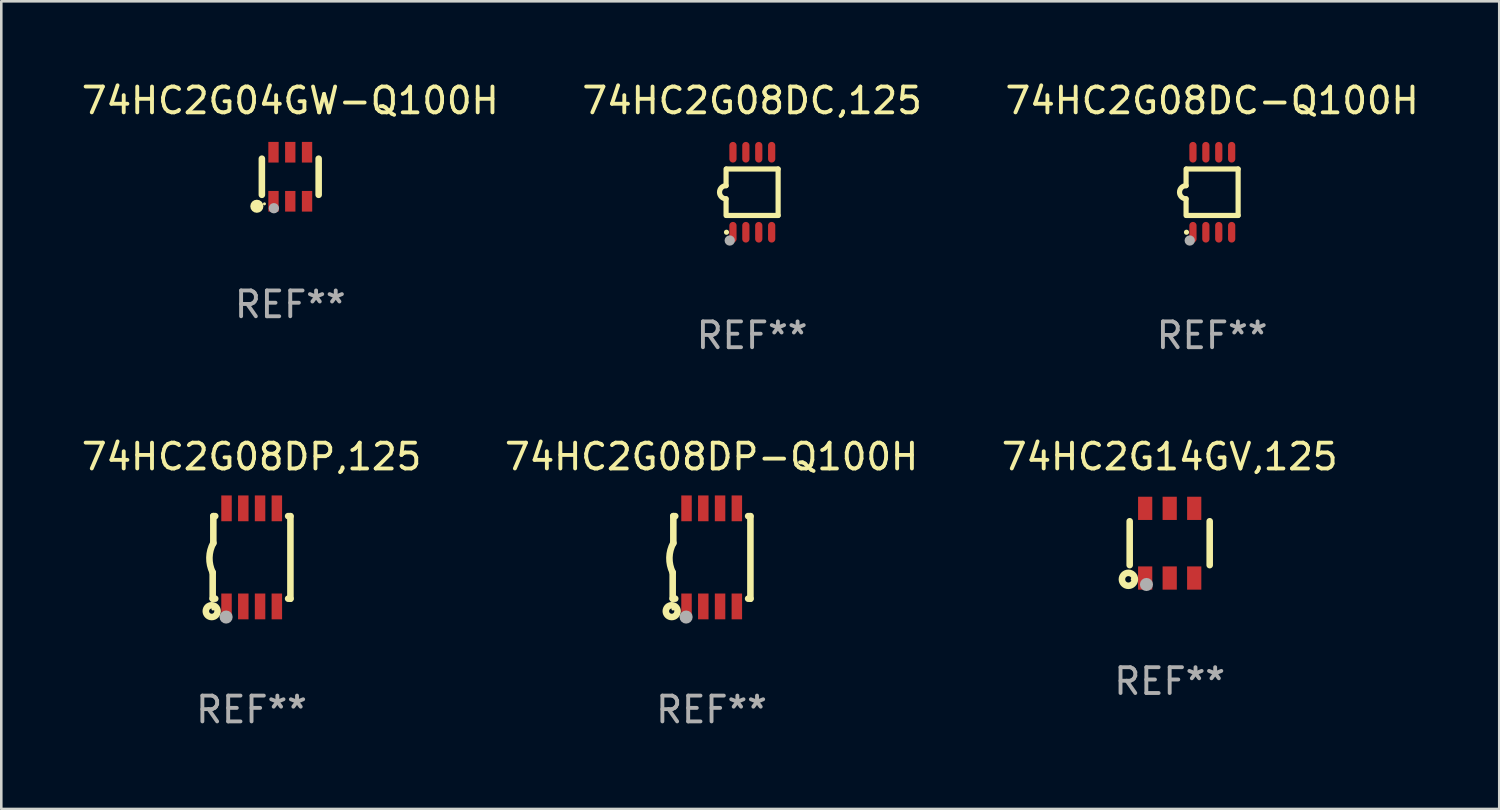
<source format=kicad_pcb>
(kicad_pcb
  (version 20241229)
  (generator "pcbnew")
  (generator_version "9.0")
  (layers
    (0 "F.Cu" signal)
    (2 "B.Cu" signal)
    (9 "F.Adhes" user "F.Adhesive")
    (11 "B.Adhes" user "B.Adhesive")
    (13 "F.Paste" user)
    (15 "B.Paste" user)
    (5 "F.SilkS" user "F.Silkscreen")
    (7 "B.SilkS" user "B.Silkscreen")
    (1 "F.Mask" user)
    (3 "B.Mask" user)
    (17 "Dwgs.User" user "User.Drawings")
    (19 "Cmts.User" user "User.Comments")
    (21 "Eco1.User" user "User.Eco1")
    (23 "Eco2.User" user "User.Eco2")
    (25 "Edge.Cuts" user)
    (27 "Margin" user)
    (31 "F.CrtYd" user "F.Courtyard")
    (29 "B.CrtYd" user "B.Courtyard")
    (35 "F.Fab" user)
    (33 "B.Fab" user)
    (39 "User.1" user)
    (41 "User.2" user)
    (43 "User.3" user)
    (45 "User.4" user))
  (footprint "74HC2G04GW-Q100H"
    (layer "F.Cu")
    (at 8.196 3.798)
    (property "Reference" "74HC2G04GW-Q100H" (at 0 -2.95 0) (layer "F.SilkS") (effects (font (size 1 1) (thickness 0.15))))
    (attr through_hole)
    (fp_line (start -1.1 -0.7) (end -1.1 0.7) (stroke (width 0.254) (type solid)) (layer "F.SilkS"))
    (fp_line (start 1.1 -0.7) (end 1.1 0.7) (stroke (width 0.254) (type solid)) (layer "F.SilkS"))
    (fp_circle (center -1.295 1.143) (end -1.168 1.143) (stroke (width 0.254) (type solid)) (fill no) (layer "F.SilkS"))
    (fp_circle (center -1 1.05) (end -0.97 1.05) (stroke (width 0.06) (type solid)) (fill no) (layer "F.SilkS"))
    (fp_circle (center -0.635 1.219) (end -0.535 1.219) (stroke (width 0.2) (type solid)) (fill no) (layer "F.Fab"))
    (fp_text user "REF**" (at 0 4.95 0) (layer "F.Fab") (effects (font (size 1 1) (thickness 0.15))))
    (pad "1" smd rect (at -0.65 0.95) (size 0.4 0.8) (layers "F.Cu" "F.Mask" "F.Paste"))
    (pad "2" smd rect (at 0 0.95) (size 0.4 0.8) (layers "F.Cu" "F.Mask" "F.Paste"))
    (pad "3" smd rect (at 0.65 0.95) (size 0.4 0.8) (layers "F.Cu" "F.Mask" "F.Paste"))
    (pad "4" smd rect (at 0.65 -0.95) (size 0.4 0.8) (layers "F.Cu" "F.Mask" "F.Paste"))
    (pad "5" smd rect (at 0 -0.95) (size 0.4 0.8) (layers "F.Cu" "F.Mask" "F.Paste"))
    (pad "6" smd rect (at -0.65 -0.95) (size 0.4 0.8) (layers "F.Cu" "F.Mask" "F.Paste")))
  (footprint "74HC2G08DC-Q100H"
    (layer "F.Cu")
    (at 43.911 4.398)
    (property "Reference" "74HC2G08DC-Q100H" (at 0 -3.55 0) (layer "F.SilkS") (effects (font (size 1 1) (thickness 0.15))))
    (attr through_hole)
    (fp_line (start -1.008 -0.254) (end -1.008 -0.9) (stroke (width 0.2) (type solid)) (layer "F.SilkS"))
    (fp_line (start -1.008 0.254) (end -1.008 0.9) (stroke (width 0.2) (type solid)) (layer "F.SilkS"))
    (fp_line (start -0.992 0.9) (end 1.008 0.9) (stroke (width 0.2) (type solid)) (layer "F.SilkS"))
    (fp_line (start 1.008 -0.9) (end -0.992 -0.9) (stroke (width 0.2) (type solid)) (layer "F.SilkS"))
    (fp_line (start 1.008 0.9) (end 1.008 -0.9) (stroke (width 0.2) (type solid)) (layer "F.SilkS"))
    (fp_arc (start -1.008001 0.254001) (mid -1.262002 0) (end -1.008001 -0.254001) (stroke (width 0.2) (type solid)) (layer "F.SilkS"))
    (fp_circle (center -0.992 1.55) (end -0.942 1.55) (stroke (width 0.1) (type solid)) (fill no) (layer "F.SilkS"))
    (fp_circle (center -0.866 1.87) (end -0.766 1.87) (stroke (width 0.2) (type solid)) (fill no) (layer "F.Fab"))
    (fp_text user "REF**" (at 0 5.55 0) (layer "F.Fab") (effects (font (size 1 1) (thickness 0.15))))
    (pad "1" smd oval (at -0.742 1.55 270) (size 0.8 0.28) (layers "F.Cu" "F.Mask" "F.Paste"))
    (pad "2" smd oval (at -0.242 1.55 270) (size 0.8 0.28) (layers "F.Cu" "F.Mask" "F.Paste"))
    (pad "3" smd oval (at 0.258 1.55 270) (size 0.8 0.28) (layers "F.Cu" "F.Mask" "F.Paste"))
    (pad "4" smd oval (at 0.758 1.55 270) (size 0.8 0.28) (layers "F.Cu" "F.Mask" "F.Paste"))
    (pad "5" smd oval (at 0.758 -1.55 270) (size 0.8 0.28) (layers "F.Cu" "F.Mask" "F.Paste"))
    (pad "6" smd oval (at 0.258 -1.55 270) (size 0.8 0.28) (layers "F.Cu" "F.Mask" "F.Paste"))
    (pad "7" smd oval (at -0.242 -1.55 270) (size 0.8 0.28) (layers "F.Cu" "F.Mask" "F.Paste"))
    (pad "8" smd oval (at -0.742 -1.55 270) (size 0.8 0.28) (layers "F.Cu" "F.Mask" "F.Paste")))
  (footprint "74HC2G08DC,125"
    (layer "F.Cu")
    (at 26.089 4.398)
    (property "Reference" "74HC2G08DC,125" (at 0 -3.55 0) (layer "F.SilkS") (effects (font (size 1 1) (thickness 0.15))))
    (attr through_hole)
    (fp_line (start -1.008 -0.254) (end -1.008 -0.9) (stroke (width 0.2) (type solid)) (layer "F.SilkS"))
    (fp_line (start -1.008 0.254) (end -1.008 0.9) (stroke (width 0.2) (type solid)) (layer "F.SilkS"))
    (fp_line (start -0.992 0.9) (end 1.008 0.9) (stroke (width 0.2) (type solid)) (layer "F.SilkS"))
    (fp_line (start 1.008 -0.9) (end -0.992 -0.9) (stroke (width 0.2) (type solid)) (layer "F.SilkS"))
    (fp_line (start 1.008 0.9) (end 1.008 -0.9) (stroke (width 0.2) (type solid)) (layer "F.SilkS"))
    (fp_arc (start -1.008001 0.254001) (mid -1.262002 0) (end -1.008001 -0.254001) (stroke (width 0.2) (type solid)) (layer "F.SilkS"))
    (fp_circle (center -0.992 1.55) (end -0.942 1.55) (stroke (width 0.1) (type solid)) (fill no) (layer "F.SilkS"))
    (fp_circle (center -0.866 1.87) (end -0.766 1.87) (stroke (width 0.2) (type solid)) (fill no) (layer "F.Fab"))
    (fp_text user "REF**" (at 0 5.55 0) (layer "F.Fab") (effects (font (size 1 1) (thickness 0.15))))
    (pad "1" smd oval (at -0.742 1.55 270) (size 0.8 0.28) (layers "F.Cu" "F.Mask" "F.Paste"))
    (pad "2" smd oval (at -0.242 1.55 270) (size 0.8 0.28) (layers "F.Cu" "F.Mask" "F.Paste"))
    (pad "3" smd oval (at 0.258 1.55 270) (size 0.8 0.28) (layers "F.Cu" "F.Mask" "F.Paste"))
    (pad "4" smd oval (at 0.758 1.55 270) (size 0.8 0.28) (layers "F.Cu" "F.Mask" "F.Paste"))
    (pad "5" smd oval (at 0.758 -1.55 270) (size 0.8 0.28) (layers "F.Cu" "F.Mask" "F.Paste"))
    (pad "6" smd oval (at 0.258 -1.55 270) (size 0.8 0.28) (layers "F.Cu" "F.Mask" "F.Paste"))
    (pad "7" smd oval (at -0.242 -1.55 270) (size 0.8 0.28) (layers "F.Cu" "F.Mask" "F.Paste"))
    (pad "8" smd oval (at -0.742 -1.55 270) (size 0.8 0.28) (layers "F.Cu" "F.Mask" "F.Paste")))
  (footprint "74HC2G08DP-Q100H"
    (layer "F.Cu")
    (at 24.518 18.545)
    (property "Reference" "74HC2G08DP-Q100H" (at 0 -3.9 0) (layer "F.SilkS") (effects (font (size 1 1) (thickness 0.15))))
    (attr through_hole)
    (fp_line (start -1.506 1.6) (end -1.506 0.584) (stroke (width 0.254) (type solid)) (layer "F.SilkS"))
    (fp_line (start -1.506 1.6) (end -1.407 1.6) (stroke (width 0.254) (type solid)) (layer "F.SilkS"))
    (fp_line (start -1.481 -1.599) (end -1.481 -0.549) (stroke (width 0.254) (type solid)) (layer "F.SilkS"))
    (fp_line (start -1.481 -1.599) (end -1.407 -1.599) (stroke (width 0.254) (type solid)) (layer "F.SilkS"))
    (fp_line (start 1.417 -1.599) (end 1.506 -1.599) (stroke (width 0.254) (type solid)) (layer "F.SilkS"))
    (fp_line (start 1.417 1.6) (end 1.506 1.6) (stroke (width 0.254) (type solid)) (layer "F.SilkS"))
    (fp_line (start 1.506 1.603) (end 1.506 -1.595) (stroke (width 0.254) (type solid)) (layer "F.SilkS"))
    (fp_arc (start -1.506223 0.584328) (mid -1.632455 0.00974) (end -1.480823 -0.558674) (stroke (width 0.254001) (type solid)) (layer "F.SilkS"))
    (fp_circle (center -1.544 2.083) (end -1.443 2.083) (stroke (width 0.254) (type solid)) (fill no) (layer "F.SilkS"))
    (fp_circle (center -1.495 2) (end -1.465 2) (stroke (width 0.06) (type solid)) (fill no) (layer "F.SilkS"))
    (fp_circle (center -0.986 2.312) (end -0.859 2.312) (stroke (width 0.254) (type solid)) (fill no) (layer "F.Fab"))
    (fp_text user "REF**" (at 0 5.9 0) (layer "F.Fab") (effects (font (size 1 1) (thickness 0.15))))
    (pad "1" smd rect (at -0.97 1.9 90) (size 1 0.406) (layers "F.Cu" "F.Mask" "F.Paste"))
    (pad "2" smd rect (at -0.32 1.9 90) (size 1 0.406) (layers "F.Cu" "F.Mask" "F.Paste"))
    (pad "3" smd rect (at 0.33 1.9 90) (size 1 0.406) (layers "F.Cu" "F.Mask" "F.Paste"))
    (pad "4" smd rect (at 0.98 1.9 90) (size 1 0.406) (layers "F.Cu" "F.Mask" "F.Paste"))
    (pad "5" smd rect (at 0.98 -1.9 90) (size 1 0.406) (layers "F.Cu" "F.Mask" "F.Paste"))
    (pad "6" smd rect (at 0.33 -1.9 90) (size 1 0.406) (layers "F.Cu" "F.Mask" "F.Paste"))
    (pad "7" smd rect (at -0.32 -1.9 90) (size 1 0.406) (layers "F.Cu" "F.Mask" "F.Paste"))
    (pad "8" smd rect (at -0.97 -1.9 90) (size 1 0.406) (layers "F.Cu" "F.Mask" "F.Paste")))
  (footprint "74HC2G14GV,125"
    (layer "F.Cu")
    (at 42.268 17.995)
    (property "Reference" "74HC2G14GV,125" (at 0 -3.35 0) (layer "F.SilkS") (effects (font (size 1 1) (thickness 0.15))))
    (attr through_hole)
    (fp_line (start -1.55 0.85) (end -1.55 -0.85) (stroke (width 0.254) (type solid)) (layer "F.SilkS"))
    (fp_line (start 1.55 -0.85) (end 1.55 0.85) (stroke (width 0.254) (type solid)) (layer "F.SilkS"))
    (fp_circle (center -1.6 1.4) (end -1.476 1.4) (stroke (width 0.254) (type solid)) (fill no) (layer "F.SilkS"))
    (fp_circle (center -1.45 1.4) (end -1.42 1.4) (stroke (width 0.06) (type solid)) (fill no) (layer "F.SilkS"))
    (fp_circle (center -0.9 1.6) (end -0.773 1.6) (stroke (width 0.254) (type solid)) (fill no) (layer "F.Fab"))
    (fp_text user "REF**" (at 0 5.35 0) (layer "F.Fab") (effects (font (size 1 1) (thickness 0.15))))
    (pad "1" smd rect (at -0.95 1.35) (size 0.551 0.9) (layers "F.Cu" "F.Mask" "F.Paste"))
    (pad "2" smd rect (at 0.000127 1.35) (size 0.551 0.9) (layers "F.Cu" "F.Mask" "F.Paste"))
    (pad "3" smd rect (at 0.95 1.35) (size 0.551 0.9) (layers "F.Cu" "F.Mask" "F.Paste"))
    (pad "4" smd rect (at 0.95 -1.35) (size 0.55 0.9) (layers "F.Cu" "F.Mask" "F.Paste"))
    (pad "5" smd rect (at 0.000127 -1.35) (size 0.55 0.9) (layers "F.Cu" "F.Mask" "F.Paste"))
    (pad "6" smd rect (at -0.95 -1.35) (size 0.55 0.9) (layers "F.Cu" "F.Mask" "F.Paste")))
  (footprint "74HC2G08DP,125"
    (layer "F.Cu")
    (at 6.696 18.545)
    (property "Reference" "74HC2G08DP,125" (at 0 -3.9 0) (layer "F.SilkS") (effects (font (size 1 1) (thickness 0.15))))
    (attr through_hole)
    (fp_line (start -1.506 1.6) (end -1.506 0.584) (stroke (width 0.254) (type solid)) (layer "F.SilkS"))
    (fp_line (start -1.506 1.6) (end -1.407 1.6) (stroke (width 0.254) (type solid)) (layer "F.SilkS"))
    (fp_line (start -1.481 -1.599) (end -1.481 -0.549) (stroke (width 0.254) (type solid)) (layer "F.SilkS"))
    (fp_line (start -1.481 -1.599) (end -1.407 -1.599) (stroke (width 0.254) (type solid)) (layer "F.SilkS"))
    (fp_line (start 1.417 -1.599) (end 1.506 -1.599) (stroke (width 0.254) (type solid)) (layer "F.SilkS"))
    (fp_line (start 1.417 1.6) (end 1.506 1.6) (stroke (width 0.254) (type solid)) (layer "F.SilkS"))
    (fp_line (start 1.506 1.603) (end 1.506 -1.595) (stroke (width 0.254) (type solid)) (layer "F.SilkS"))
    (fp_arc (start -1.506223 0.584328) (mid -1.632455 0.00974) (end -1.480823 -0.558674) (stroke (width 0.254001) (type solid)) (layer "F.SilkS"))
    (fp_circle (center -1.544 2.083) (end -1.443 2.083) (stroke (width 0.254) (type solid)) (fill no) (layer "F.SilkS"))
    (fp_circle (center -1.495 2) (end -1.465 2) (stroke (width 0.06) (type solid)) (fill no) (layer "F.SilkS"))
    (fp_circle (center -0.986 2.312) (end -0.859 2.312) (stroke (width 0.254) (type solid)) (fill no) (layer "F.Fab"))
    (fp_text user "REF**" (at 0 5.9 0) (layer "F.Fab") (effects (font (size 1 1) (thickness 0.15))))
    (pad "1" smd rect (at -0.97 1.9 90) (size 1 0.406) (layers "F.Cu" "F.Mask" "F.Paste"))
    (pad "2" smd rect (at -0.32 1.9 90) (size 1 0.406) (layers "F.Cu" "F.Mask" "F.Paste"))
    (pad "3" smd rect (at 0.33 1.9 90) (size 1 0.406) (layers "F.Cu" "F.Mask" "F.Paste"))
    (pad "4" smd rect (at 0.98 1.9 90) (size 1 0.406) (layers "F.Cu" "F.Mask" "F.Paste"))
    (pad "5" smd rect (at 0.98 -1.9 90) (size 1 0.406) (layers "F.Cu" "F.Mask" "F.Paste"))
    (pad "6" smd rect (at 0.33 -1.9 90) (size 1 0.406) (layers "F.Cu" "F.Mask" "F.Paste"))
    (pad "7" smd rect (at -0.32 -1.9 90) (size 1 0.406) (layers "F.Cu" "F.Mask" "F.Paste"))
    (pad "8" smd rect (at -0.97 -1.9 90) (size 1 0.406) (layers "F.Cu" "F.Mask" "F.Paste")))
  (gr_rect
    (start -3 -3)
    (end 55.036 28.293)
    (stroke (width 0.1) (type default))
    (fill no)
    (layer "Edge.Cuts")))
</source>
